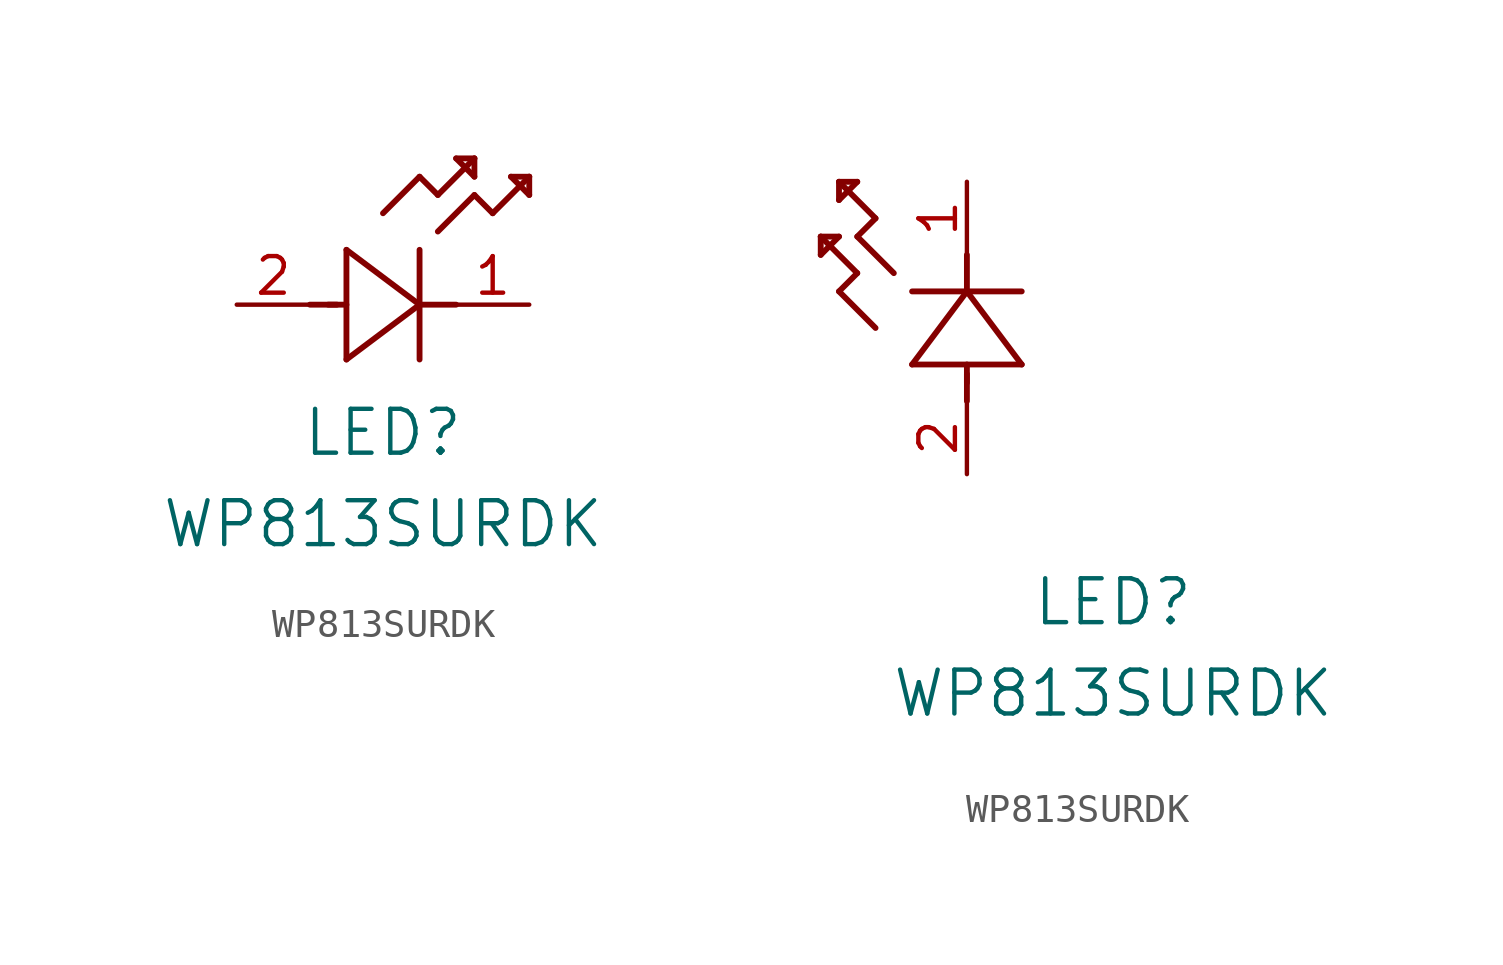
<source format=kicad_sym>
(kicad_symbol_lib
  (version 20211014)
  (generator kicad_symbol_editor)
  (symbol "WP813SURDK"
    (pin_names
      (offset 0.254))
    (property "Reference" "LED"
      (at 5.08 -4.445 0)
      (effects (font (size 1.524 1.524))))
    (property "Value" "WP813SURDK"
      (at 5.08 -7.62 0)
      (effects (font (size 1.524 1.524))))
    (symbol "WP813SURDK_1_1"
      (polyline (pts (xy 2.54 0) (xy 3.48 0)) (stroke (width 0.203) (type default) (color 0 0 0 0)) (fill (type none)))
      (polyline (pts (xy 3.81 1.905) (xy 3.81 -1.905)) (stroke (width 0.203) (type default) (color 0 0 0 0)) (fill (type none)))
      (polyline (pts (xy 3.175 0) (xy 3.81 0)) (stroke (width 0.203) (type default) (color 0 0 0 0)) (fill (type none)))
      (polyline (pts (xy 6.35 -1.905) (xy 6.35 1.905)) (stroke (width 0.203) (type default) (color 0 0 0 0)) (fill (type none)))
      (polyline (pts (xy 6.35 0) (xy 7.62 0)) (stroke (width 0.203) (type default) (color 0 0 0 0)) (fill (type none)))
      (polyline (pts (xy 6.35 4.445) (xy 6.985 3.81)) (stroke (width 0.203) (type default) (color 0 0 0 0)) (fill (type none)))
      (polyline (pts (xy 6.985 3.81) (xy 8.255 5.08)) (stroke (width 0.203) (type default) (color 0 0 0 0)) (fill (type none)))
      (polyline (pts (xy 8.255 3.81) (xy 8.89 3.175)) (stroke (width 0.203) (type default) (color 0 0 0 0)) (fill (type none)))
      (polyline (pts (xy 8.89 3.175) (xy 10.16 4.445)) (stroke (width 0.203) (type default) (color 0 0 0 0)) (fill (type none)))
      (polyline (pts (xy 8.255 5.08) (xy 7.62 5.08)) (stroke (width 0.203) (type default) (color 0 0 0 0)) (fill (type none)))
      (polyline (pts (xy 7.62 5.08) (xy 8.255 4.445)) (stroke (width 0.203) (type default) (color 0 0 0 0)) (fill (type none)))
      (polyline (pts (xy 8.255 4.445) (xy 8.255 5.08)) (stroke (width 0.203) (type default) (color 0 0 0 0)) (fill (type none)))
      (polyline (pts (xy 10.16 4.445) (xy 9.525 4.445)) (stroke (width 0.203) (type default) (color 0 0 0 0)) (fill (type none)))
      (polyline (pts (xy 9.525 4.445) (xy 10.16 3.81)) (stroke (width 0.203) (type default) (color 0 0 0 0)) (fill (type none)))
      (polyline (pts (xy 10.16 3.81) (xy 10.16 4.445)) (stroke (width 0.203) (type default) (color 0 0 0 0)) (fill (type none)))
      (polyline (pts (xy 6.985 2.54) (xy 8.255 3.81)) (stroke (width 0.203) (type default) (color 0 0 0 0)) (fill (type none)))
      (polyline (pts (xy 6.35 0) (xy 3.81 1.905)) (stroke (width 0.203) (type default) (color 0 0 0 0)) (fill (type none)))
      (polyline (pts (xy 3.81 -1.905) (xy 6.35 0)) (stroke (width 0.203) (type default) (color 0 0 0 0)) (fill (type none)))
      (polyline (pts (xy 5.08 3.175) (xy 6.35 4.445)) (stroke (width 0.203) (type default) (color 0 0 0 0)) (fill (type none)))
      (pin unspecified line (at 10.16 0 180) (length 2.54) (name "" (effects (font (size 1.27 1.27)))) (number "1" (effects (font (size 1.27 1.27)))))
      (pin unspecified line (at 0 0 0) (length 2.54) (name "" (effects (font (size 1.27 1.27)))) (number "2" (effects (font (size 1.27 1.27))))))
    (symbol "WP813SURDK_1_2"
      (polyline (pts (xy 0 2.54) (xy 0 3.48)) (stroke (width 0.203) (type default) (color 0 0 0 0)) (fill (type none)))
      (polyline (pts (xy -1.905 3.81) (xy 1.905 3.81)) (stroke (width 0.203) (type default) (color 0 0 0 0)) (fill (type none)))
      (polyline (pts (xy 0 3.175) (xy 0 3.81)) (stroke (width 0.203) (type default) (color 0 0 0 0)) (fill (type none)))
      (polyline (pts (xy 1.905 6.35) (xy -1.905 6.35)) (stroke (width 0.203) (type default) (color 0 0 0 0)) (fill (type none)))
      (polyline (pts (xy 0 6.35) (xy 0 7.62)) (stroke (width 0.203) (type default) (color 0 0 0 0)) (fill (type none)))
      (polyline (pts (xy 0 6.35) (xy -1.905 3.81)) (stroke (width 0.203) (type default) (color 0 0 0 0)) (fill (type none)))
      (polyline (pts (xy 1.905 3.81) (xy 0 6.35)) (stroke (width 0.203) (type default) (color 0 0 0 0)) (fill (type none)))
      (polyline (pts (xy -4.445 6.35) (xy -3.81 6.985)) (stroke (width 0.203) (type default) (color 0 0 0 0)) (fill (type none)))
      (polyline (pts (xy -2.54 6.985) (xy -3.81 8.255)) (stroke (width 0.203) (type default) (color 0 0 0 0)) (fill (type none)))
      (polyline (pts (xy -3.175 5.08) (xy -4.445 6.35)) (stroke (width 0.203) (type default) (color 0 0 0 0)) (fill (type none)))
      (polyline (pts (xy -4.445 10.16) (xy -4.445 9.525)) (stroke (width 0.203) (type default) (color 0 0 0 0)) (fill (type none)))
      (polyline (pts (xy -4.445 9.525) (xy -3.81 10.16)) (stroke (width 0.203) (type default) (color 0 0 0 0)) (fill (type none)))
      (polyline (pts (xy -3.81 10.16) (xy -4.445 10.16)) (stroke (width 0.203) (type default) (color 0 0 0 0)) (fill (type none)))
      (polyline (pts (xy -3.81 8.255) (xy -3.175 8.89)) (stroke (width 0.203) (type default) (color 0 0 0 0)) (fill (type none)))
      (polyline (pts (xy -3.175 8.89) (xy -4.445 10.16)) (stroke (width 0.203) (type default) (color 0 0 0 0)) (fill (type none)))
      (polyline (pts (xy -3.81 6.985) (xy -5.08 8.255)) (stroke (width 0.203) (type default) (color 0 0 0 0)) (fill (type none)))
      (polyline (pts (xy -5.08 8.255) (xy -5.08 7.62)) (stroke (width 0.203) (type default) (color 0 0 0 0)) (fill (type none)))
      (polyline (pts (xy -5.08 7.62) (xy -4.445 8.255)) (stroke (width 0.203) (type default) (color 0 0 0 0)) (fill (type none)))
      (polyline (pts (xy -4.445 8.255) (xy -5.08 8.255)) (stroke (width 0.203) (type default) (color 0 0 0 0)) (fill (type none)))
      (pin unspecified line (at 0 10.16 270) (length 2.54) (name "" (effects (font (size 1.27 1.27)))) (number "1" (effects (font (size 1.27 1.27)))))
      (pin unspecified line (at 0 0 90) (length 2.54) (name "" (effects (font (size 1.27 1.27)))) (number "2" (effects (font (size 1.27 1.27))))))))
</source>
